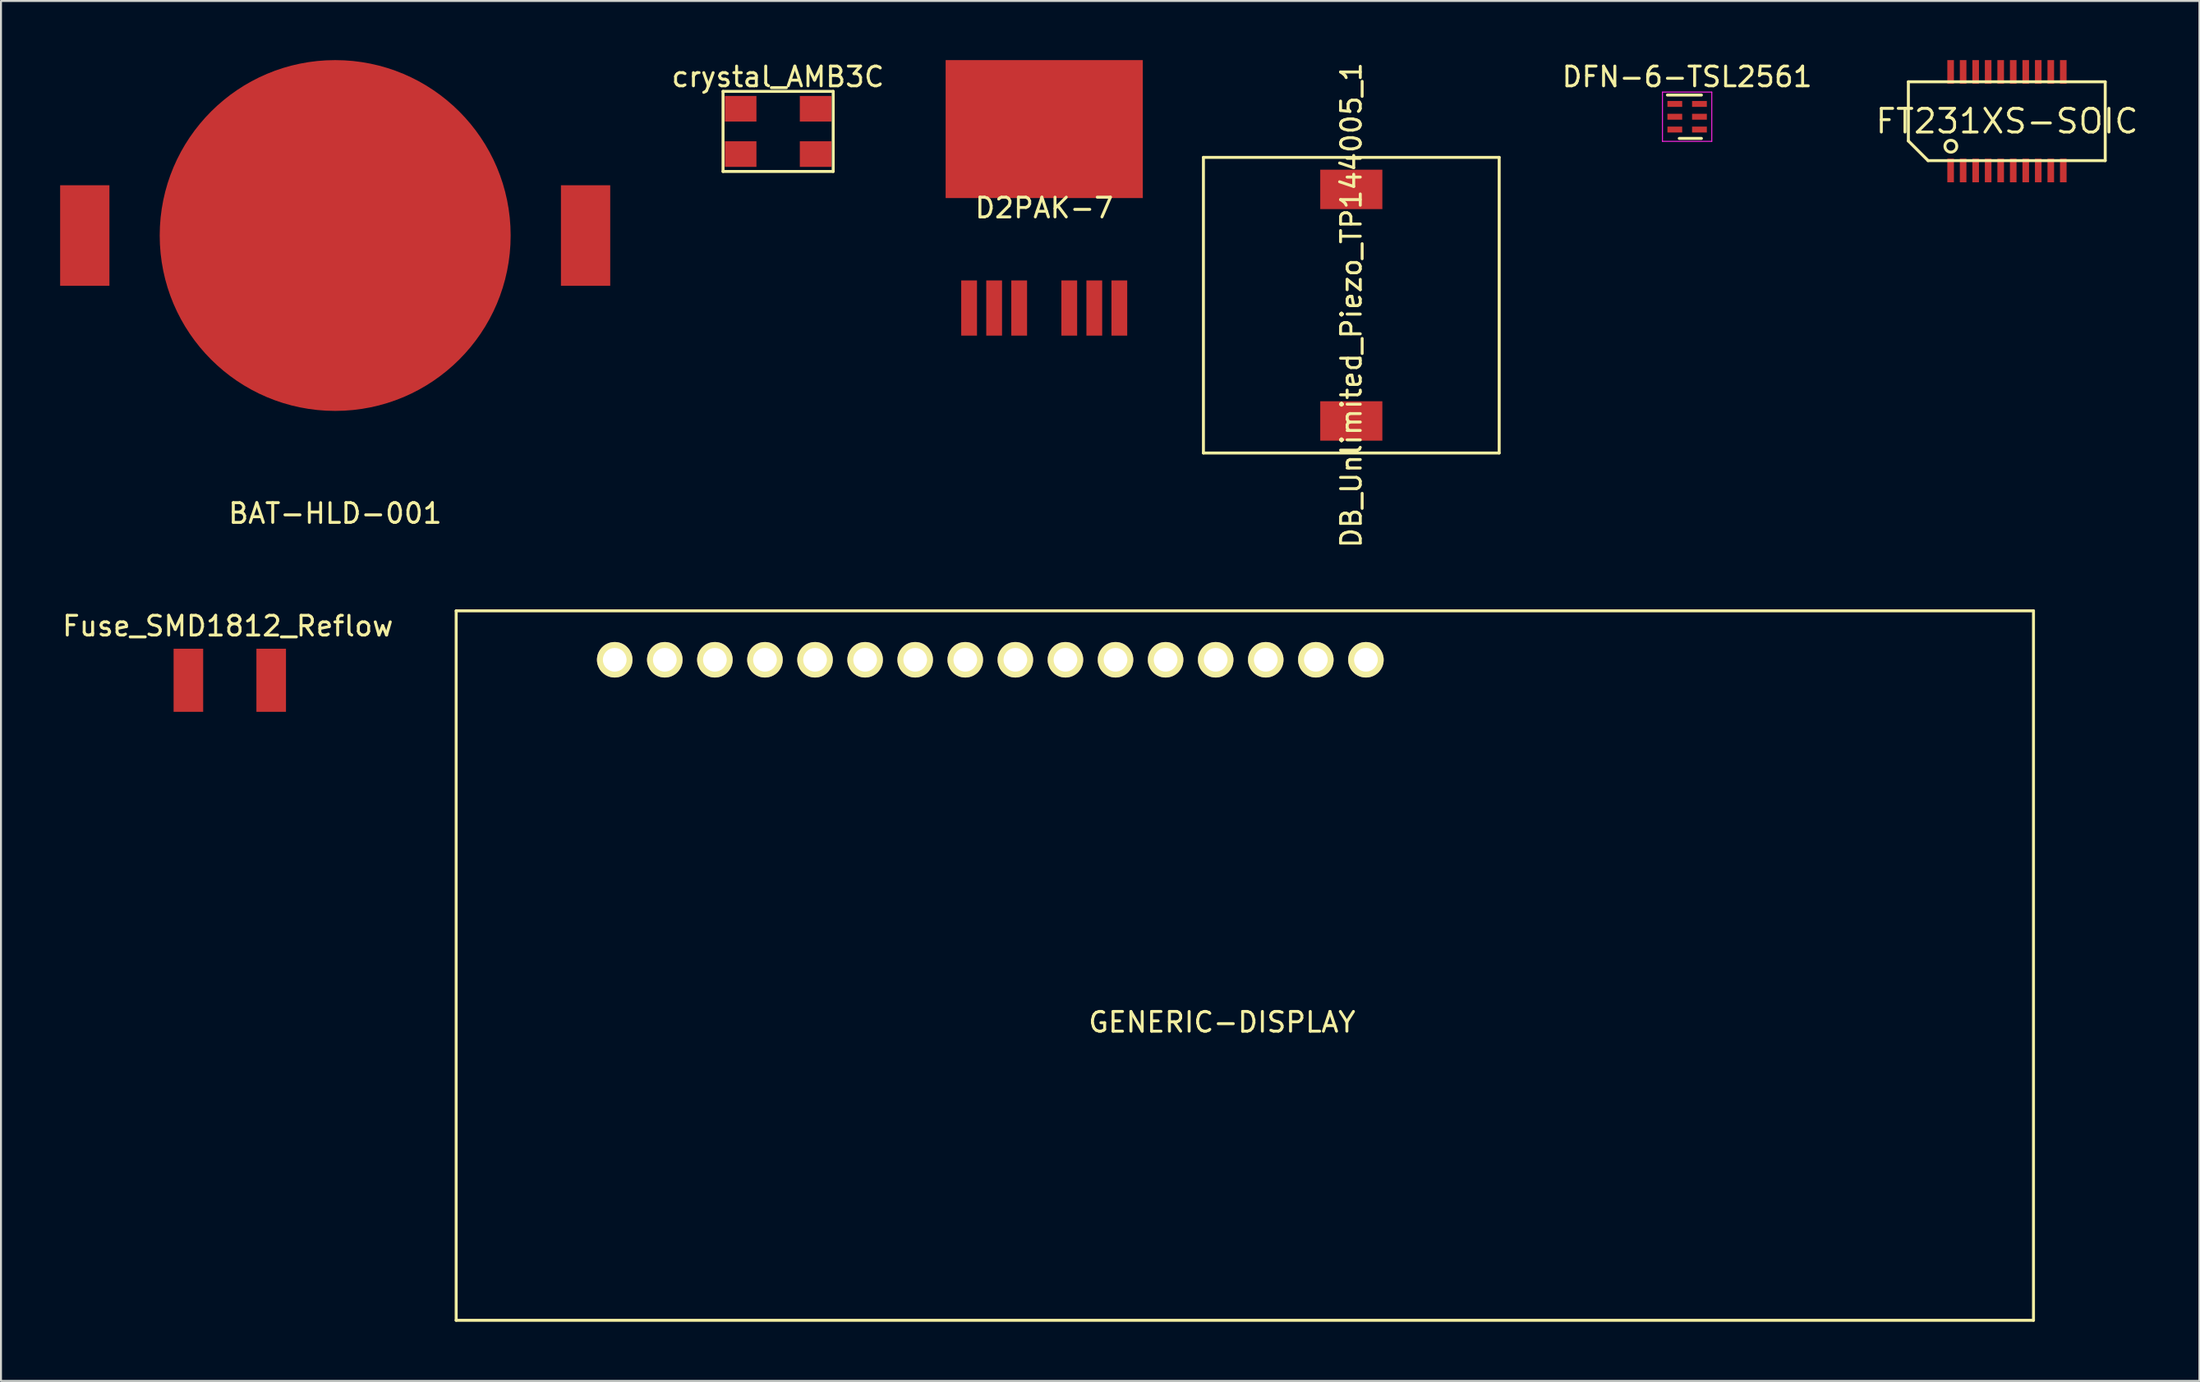
<source format=kicad_pcb>
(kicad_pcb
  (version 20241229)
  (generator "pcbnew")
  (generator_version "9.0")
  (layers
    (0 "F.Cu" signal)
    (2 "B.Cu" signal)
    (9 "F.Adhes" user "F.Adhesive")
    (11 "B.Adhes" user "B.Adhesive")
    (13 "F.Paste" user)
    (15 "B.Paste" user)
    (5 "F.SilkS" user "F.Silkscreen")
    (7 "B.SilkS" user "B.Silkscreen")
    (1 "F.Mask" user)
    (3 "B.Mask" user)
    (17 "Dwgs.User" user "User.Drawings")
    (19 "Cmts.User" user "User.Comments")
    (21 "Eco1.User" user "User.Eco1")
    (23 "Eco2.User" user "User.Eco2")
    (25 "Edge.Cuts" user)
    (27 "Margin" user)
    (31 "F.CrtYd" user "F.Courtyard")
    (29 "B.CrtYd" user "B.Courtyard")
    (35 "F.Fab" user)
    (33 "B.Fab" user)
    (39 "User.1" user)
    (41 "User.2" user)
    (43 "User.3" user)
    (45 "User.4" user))
  (footprint "crystal_AMB3C"
    (layer "F.Cu")
    (at 36.416 3.618)
    (property "Reference" "crystal_AMB3C" (at -0.01 -2.77 0) (layer "F.SilkS") (effects (font (size 1 1) (thickness 0.15))))
    (attr through_hole)
    (fp_line (start -2.794 -2.032) (end 2.794 -2.032) (stroke (width 0.15) (type solid)) (layer "F.SilkS"))
    (fp_line (start -2.794 2.032) (end -2.794 -2.032) (stroke (width 0.15) (type solid)) (layer "F.SilkS"))
    (fp_line (start 2.794 -2.032) (end 2.794 2.032) (stroke (width 0.15) (type solid)) (layer "F.SilkS"))
    (fp_line (start 2.794 2.032) (end -2.794 2.032) (stroke (width 0.15) (type solid)) (layer "F.SilkS"))
    (pad "1" smd rect (at -1.9 1.15) (size 1.6 1.3) (layers "F.Cu" "F.Mask" "F.Paste"))
    (pad "2" smd rect (at 1.9 -1.15) (size 1.6 1.3) (layers "F.Cu" "F.Mask" "F.Paste"))
    (pad "3" smd rect (at -1.9 -1.15) (size 1.6 1.3) (layers "F.Cu" "F.Mask" "F.Paste"))
    (pad "3" smd rect (at 1.9 1.15) (size 1.6 1.3) (layers "F.Cu" "F.Mask" "F.Paste")))
  (footprint "FT231XS-SOIC"
    (layer "F.Cu")
    (at 98.741 3.1)
    (property "Reference" "FT231XS-SOIC" (at 0 0 180) (layer "F.SilkS") (effects (font (size 1.2 1.2) (thickness 0.15))))
    (attr through_hole)
    (fp_line (start -5 -2) (end -5 1) (stroke (width 0.15) (type solid)) (layer "F.SilkS"))
    (fp_line (start -5 1) (end -4 2) (stroke (width 0.15) (type solid)) (layer "F.SilkS"))
    (fp_line (start -4 2) (end 4.984 2) (stroke (width 0.15) (type solid)) (layer "F.SilkS"))
    (fp_line (start 4.984 -2) (end -5 -2) (stroke (width 0.15) (type solid)) (layer "F.SilkS"))
    (fp_line (start 4.984 2) (end 4.984 -2) (stroke (width 0.15) (type solid)) (layer "F.SilkS"))
    (fp_circle (center -2.845 1.27) (end -2.545 1.27) (stroke (width 0.15) (type solid)) (fill no) (layer "F.SilkS"))
    (pad "1" smd rect (at -2.857 2.5) (size 0.335 1.2) (layers "F.Cu" "F.Mask" "F.Paste"))
    (pad "2" smd rect (at -2.223 2.5) (size 0.335 1.2) (layers "F.Cu" "F.Mask" "F.Paste"))
    (pad "3" smd rect (at -1.587 2.5) (size 0.335 1.2) (layers "F.Cu" "F.Mask" "F.Paste"))
    (pad "4" smd rect (at -0.953 2.5) (size 0.335 1.2) (layers "F.Cu" "F.Mask" "F.Paste"))
    (pad "5" smd rect (at -0.318 2.5) (size 0.335 1.2) (layers "F.Cu" "F.Mask" "F.Paste"))
    (pad "6" smd rect (at 0.318 2.5) (size 0.335 1.2) (layers "F.Cu" "F.Mask" "F.Paste"))
    (pad "7" smd rect (at 0.953 2.5) (size 0.335 1.2) (layers "F.Cu" "F.Mask" "F.Paste"))
    (pad "8" smd rect (at 1.587 2.5) (size 0.335 1.2) (layers "F.Cu" "F.Mask" "F.Paste"))
    (pad "9" smd rect (at 2.223 2.5) (size 0.335 1.2) (layers "F.Cu" "F.Mask" "F.Paste"))
    (pad "10" smd rect (at 2.857 2.5) (size 0.335 1.2) (layers "F.Cu" "F.Mask" "F.Paste"))
    (pad "11" smd rect (at 2.857 -2.5) (size 0.335 1.2) (layers "F.Cu" "F.Mask" "F.Paste"))
    (pad "12" smd rect (at 2.223 -2.5) (size 0.335 1.2) (layers "F.Cu" "F.Mask" "F.Paste"))
    (pad "13" smd rect (at 1.587 -2.5) (size 0.335 1.2) (layers "F.Cu" "F.Mask" "F.Paste"))
    (pad "14" smd rect (at 0.953 -2.5) (size 0.335 1.2) (layers "F.Cu" "F.Mask" "F.Paste"))
    (pad "15" smd rect (at 0.318 -2.5) (size 0.335 1.2) (layers "F.Cu" "F.Mask" "F.Paste"))
    (pad "16" smd rect (at -0.318 -2.5) (size 0.335 1.2) (layers "F.Cu" "F.Mask" "F.Paste"))
    (pad "17" smd rect (at -0.953 -2.5) (size 0.335 1.2) (layers "F.Cu" "F.Mask" "F.Paste"))
    (pad "18" smd rect (at -1.587 -2.5) (size 0.335 1.2) (layers "F.Cu" "F.Mask" "F.Paste"))
    (pad "19" smd rect (at -2.223 -2.5) (size 0.335 1.2) (layers "F.Cu" "F.Mask" "F.Paste"))
    (pad "20" smd rect (at -2.857 -2.5) (size 0.335 1.2) (layers "F.Cu" "F.Mask" "F.Paste")))
  (footprint "DB_Unlimited_Piezo_TP144005_1"
    (layer "F.Cu")
    (at 65.487 12.435)
    (property "Reference" "DB_Unlimited_Piezo_TP144005_1" (at 0 0 90) (layer "F.SilkS") (effects (font (size 1 1) (thickness 0.15))))
    (attr through_hole)
    (fp_line (start -7.5 -7.5) (end 7.5 -7.5) (stroke (width 0.15) (type solid)) (layer "F.SilkS"))
    (fp_line (start -7.5 7.5) (end -7.5 -7.5) (stroke (width 0.15) (type solid)) (layer "F.SilkS"))
    (fp_line (start 7.5 -7.5) (end 7.5 7.5) (stroke (width 0.15) (type solid)) (layer "F.SilkS"))
    (fp_line (start 7.5 7.5) (end -7.5 7.5) (stroke (width 0.15) (type solid)) (layer "F.SilkS"))
    (pad "1" smd rect (at 0 -5.875 90) (size 2 3.15) (layers "F.Cu" "F.Mask" "F.Paste"))
    (pad "2" smd rect (at 0 5.875 90) (size 2 3.15) (layers "F.Cu" "F.Mask" "F.Paste")))
  (footprint "BAT-HLD-001"
    (layer "F.Cu")
    (at 13.95 8.9)
    (property "Reference" "BAT-HLD-001" (at 0 14.1 0) (layer "F.SilkS") (effects (font (size 1 1) (thickness 0.15))))
    (attr through_hole)
    (pad "1" smd rect (at -12.7 0) (size 2.5 5.1) (layers "F.Cu" "F.Mask" "F.Paste"))
    (pad "1" smd rect (at 12.7 0) (size 2.5 5.1) (layers "F.Cu" "F.Mask" "F.Paste"))
    (pad "2" smd circle (at 0 0) (size 17.8 17.8) (layers "F.Cu" "F.Mask" "F.Paste")))
  (footprint "DFN-6-TSL2561"
    (layer "F.Cu")
    (at 82.52 2.873)
    (property "Reference" "DFN-6-TSL2561" (at 0 -2.025 0) (layer "F.SilkS") (effects (font (size 1 1) (thickness 0.15))))
    (attr smd)
    (fp_line (start -1 -1.1) (end 0.725 -1.1) (stroke (width 0.15) (type solid)) (layer "F.SilkS"))
    (fp_line (start -0.4 1.1) (end 0.725 1.1) (stroke (width 0.15) (type solid)) (layer "F.SilkS"))
    (fp_line (start -1.25 -1.25) (end -1.25 1.25) (stroke (width 0.05) (type solid)) (layer "F.CrtYd"))
    (fp_line (start -1.25 -1.25) (end 1.25 -1.25) (stroke (width 0.05) (type solid)) (layer "F.CrtYd"))
    (fp_line (start -1.25 1.25) (end 1.25 1.25) (stroke (width 0.05) (type solid)) (layer "F.CrtYd"))
    (fp_line (start 1.25 -1.25) (end 1.25 1.25) (stroke (width 0.05) (type solid)) (layer "F.CrtYd"))
    (pad "1" smd rect (at -0.625 -0.65) (size 0.75 0.3) (layers "F.Cu" "F.Mask" "F.Paste"))
    (pad "2" smd rect (at -0.625 0) (size 0.75 0.3) (layers "F.Cu" "F.Mask" "F.Paste"))
    (pad "3" smd rect (at -0.625 0.65) (size 0.75 0.3) (layers "F.Cu" "F.Mask" "F.Paste"))
    (pad "4" smd rect (at 0.625 0.65) (size 0.75 0.3) (layers "F.Cu" "F.Mask" "F.Paste"))
    (pad "5" smd rect (at 0.625 0) (size 0.75 0.3) (layers "F.Cu" "F.Mask" "F.Paste"))
    (pad "6" smd rect (at 0.625 -0.65) (size 0.75 0.3) (layers "F.Cu" "F.Mask" "F.Paste")))
  (footprint "GENERIC-DISPLAY"
    (layer "F.Cu")
    (at 58.929 46.024)
    (property "Reference" "GENERIC-DISPLAY" (at 0 2.794 0) (layer "F.SilkS") (effects (font (size 1 1) (thickness 0.15))))
    (attr through_hole)
    (fp_line (start -38.842 -18.08) (end 41.158 -18.08) (stroke (width 0.15) (type solid)) (layer "F.SilkS"))
    (fp_line (start -38.842 17.92) (end -38.842 -18.08) (stroke (width 0.15) (type solid)) (layer "F.SilkS"))
    (fp_line (start 41.158 -18.08) (end 41.158 17.92) (stroke (width 0.15) (type solid)) (layer "F.SilkS"))
    (fp_line (start 41.158 17.92) (end -38.842 17.92) (stroke (width 0.15) (type solid)) (layer "F.SilkS"))
    (pad "1" thru_hole circle (at -30.801 -15.596 180) (size 1.8 1.8) (drill 1.2) (layers "*.Cu" "*.Mask" "F.SilkS"))
    (pad "2" thru_hole circle (at -28.261 -15.596 180) (size 1.8 1.8) (drill 1.2) (layers "*.Cu" "*.Mask" "F.SilkS"))
    (pad "3" thru_hole circle (at -25.721 -15.596 180) (size 1.8 1.8) (drill 1.2) (layers "*.Cu" "*.Mask" "F.SilkS"))
    (pad "4" thru_hole circle (at -23.181 -15.596 180) (size 1.8 1.8) (drill 1.2) (layers "*.Cu" "*.Mask" "F.SilkS"))
    (pad "5" thru_hole circle (at -20.641 -15.596 180) (size 1.8 1.8) (drill 1.2) (layers "*.Cu" "*.Mask" "F.SilkS"))
    (pad "6" thru_hole circle (at -18.101 -15.596 180) (size 1.8 1.8) (drill 1.2) (layers "*.Cu" "*.Mask" "F.SilkS"))
    (pad "7" thru_hole circle (at -15.561 -15.596 180) (size 1.8 1.8) (drill 1.2) (layers "*.Cu" "*.Mask" "F.SilkS"))
    (pad "8" thru_hole circle (at -13.021 -15.596 180) (size 1.8 1.8) (drill 1.2) (layers "*.Cu" "*.Mask" "F.SilkS"))
    (pad "9" thru_hole circle (at -10.481 -15.596 180) (size 1.8 1.8) (drill 1.2) (layers "*.Cu" "*.Mask" "F.SilkS"))
    (pad "10" thru_hole circle (at -7.941 -15.596 180) (size 1.8 1.8) (drill 1.2) (layers "*.Cu" "*.Mask" "F.SilkS"))
    (pad "11" thru_hole circle (at -5.401 -15.596 180) (size 1.8 1.8) (drill 1.2) (layers "*.Cu" "*.Mask" "F.SilkS"))
    (pad "12" thru_hole circle (at -2.861 -15.596 180) (size 1.8 1.8) (drill 1.2) (layers "*.Cu" "*.Mask" "F.SilkS"))
    (pad "13" thru_hole circle (at -0.321 -15.596 180) (size 1.8 1.8) (drill 1.2) (layers "*.Cu" "*.Mask" "F.SilkS"))
    (pad "14" thru_hole circle (at 2.219 -15.596 180) (size 1.8 1.8) (drill 1.2) (layers "*.Cu" "*.Mask" "F.SilkS"))
    (pad "15" thru_hole circle (at 4.759 -15.596 180) (size 1.8 1.8) (drill 1.2) (layers "*.Cu" "*.Mask" "F.SilkS"))
    (pad "16" thru_hole circle (at 7.299 -15.596 180) (size 1.8 1.8) (drill 1.2) (layers "*.Cu" "*.Mask" "F.SilkS")))
  (footprint "Fuse_SMD1812_Reflow"
    (layer "F.Cu")
    (at 8.605 31.468)
    (property "Reference" "Fuse_SMD1812_Reflow" (at -0.099 -2.751 0) (layer "F.SilkS") (effects (font (size 1 1) (thickness 0.15))))
    (attr smd)
    (pad "1" smd rect (at -2.1 0 90) (size 3.2 1.5) (layers "F.Cu" "F.Mask" "F.Paste"))
    (pad "2" smd rect (at 2.1 0 90) (size 3.2 1.5) (layers "F.Cu" "F.Mask" "F.Paste")))
  (footprint "D2PAK-7"
    (layer "F.Cu")
    (at 49.912 7)
    (property "Reference" "D2PAK-7" (at 0 0.5 0) (layer "F.SilkS") (effects (font (size 1 1) (thickness 0.15))))
    (attr through_hole)
    (pad "1" smd rect (at -3.81 5.58) (size 0.8 2.8) (layers "F.Cu" "F.Mask" "F.Paste"))
    (pad "2" smd rect (at 0 -3.5) (size 10 7) (layers "F.Cu" "F.Mask" "F.Paste"))
    (pad "3" smd rect (at -2.54 5.58) (size 0.8 2.8) (layers "F.Cu" "F.Mask" "F.Paste"))
    (pad "3" smd rect (at -1.27 5.58) (size 0.8 2.8) (layers "F.Cu" "F.Mask" "F.Paste"))
    (pad "3" smd rect (at 1.27 5.58) (size 0.8 2.8) (layers "F.Cu" "F.Mask" "F.Paste"))
    (pad "3" smd rect (at 2.54 5.58) (size 0.8 2.8) (layers "F.Cu" "F.Mask" "F.Paste"))
    (pad "3" smd rect (at 3.81 5.58) (size 0.8 2.8) (layers "F.Cu" "F.Mask" "F.Paste")))
  (gr_rect
    (start -3 -3)
    (end 108.503 67.019)
    (stroke (width 0.1) (type default))
    (fill no)
    (layer "Edge.Cuts")))
</source>
